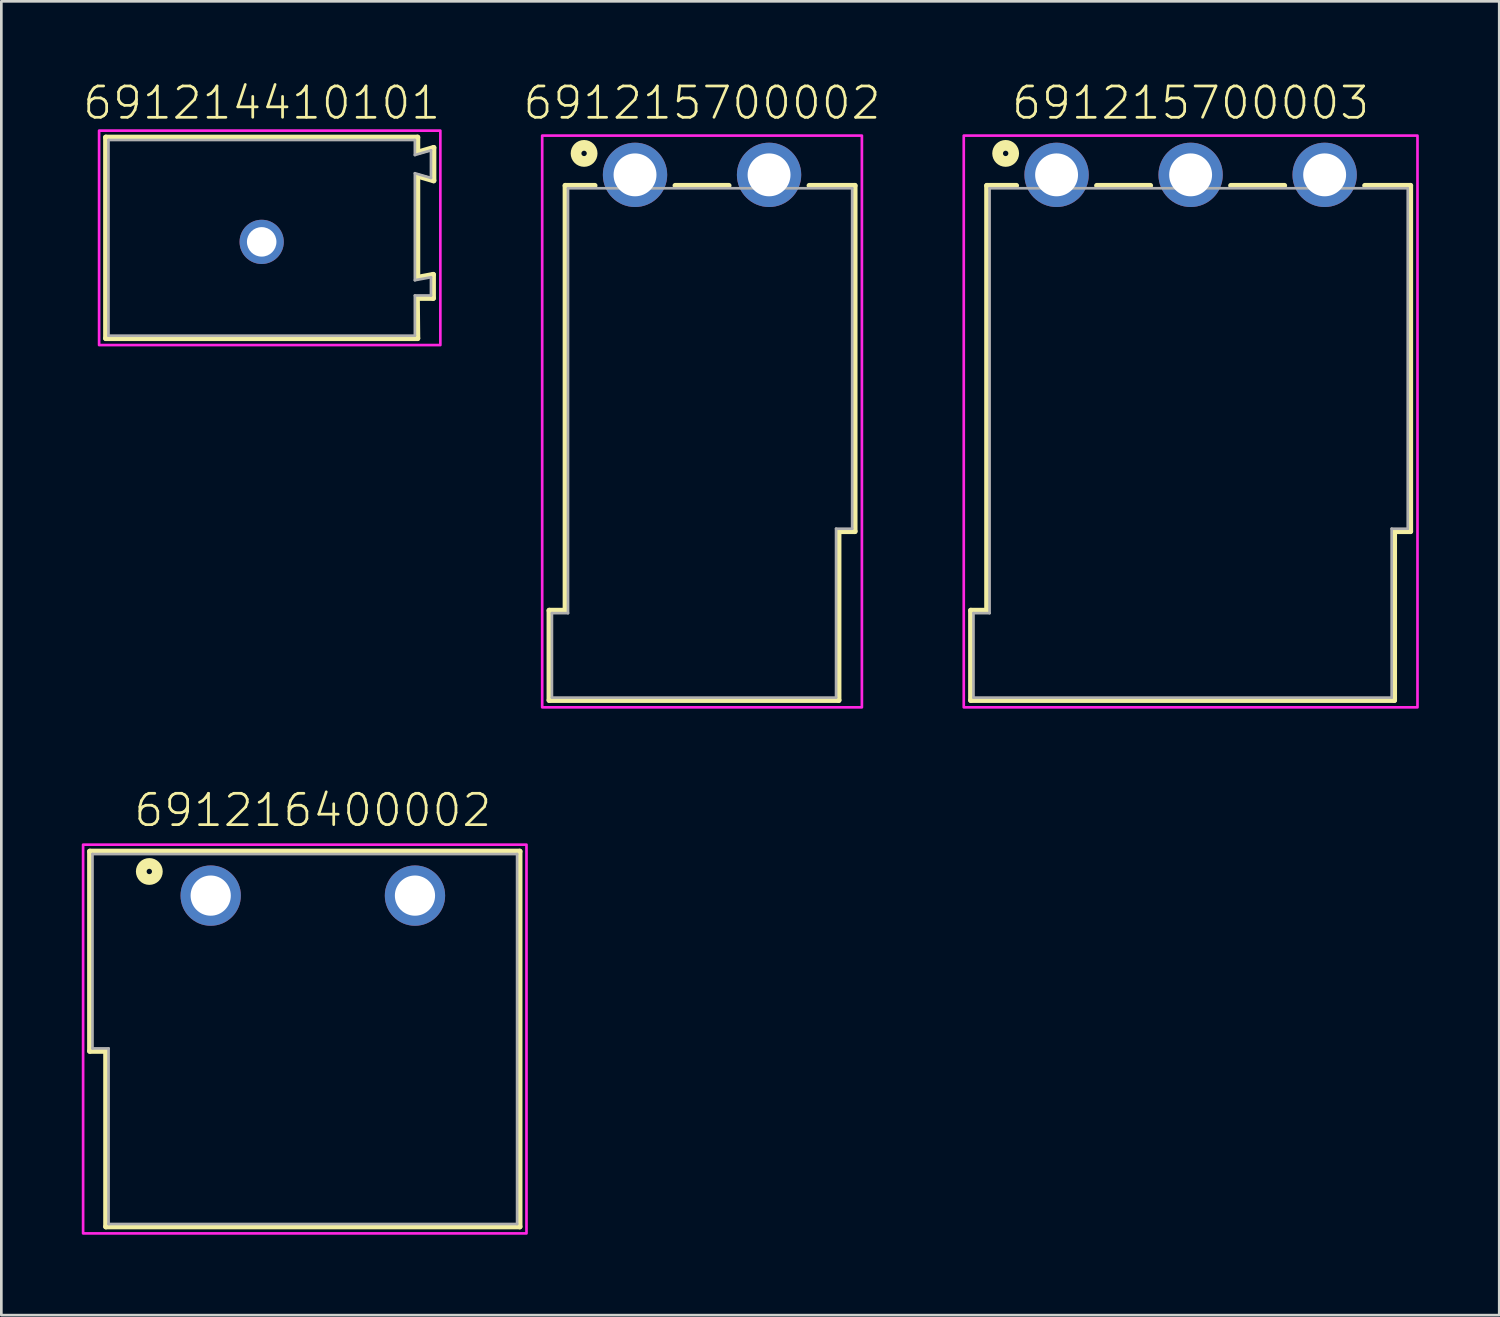
<source format=kicad_pcb>
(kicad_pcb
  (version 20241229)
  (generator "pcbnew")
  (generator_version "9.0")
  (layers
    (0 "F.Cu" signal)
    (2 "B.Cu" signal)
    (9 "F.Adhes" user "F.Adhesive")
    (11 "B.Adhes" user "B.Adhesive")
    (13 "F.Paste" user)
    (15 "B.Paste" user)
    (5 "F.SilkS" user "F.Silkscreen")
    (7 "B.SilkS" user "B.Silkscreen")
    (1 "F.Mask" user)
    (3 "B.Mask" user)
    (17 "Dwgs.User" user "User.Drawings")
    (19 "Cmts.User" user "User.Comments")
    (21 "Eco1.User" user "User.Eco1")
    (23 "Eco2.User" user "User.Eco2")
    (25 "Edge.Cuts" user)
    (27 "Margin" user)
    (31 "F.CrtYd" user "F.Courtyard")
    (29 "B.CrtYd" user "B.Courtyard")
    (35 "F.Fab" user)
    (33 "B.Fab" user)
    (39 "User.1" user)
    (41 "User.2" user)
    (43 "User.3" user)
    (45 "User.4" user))
  (footprint "691215700002"
    (layer "F.Cu")
    (at 23.139 3.473)
    (property "Reference" "691215700002" (at 0 -2 0) (unlocked yes) (layer "F.SilkS") (effects (font (size 1.168 1.168) (thickness 0.102)) (justify bottom)))
    (fp_line (start -5.7 16.25) (end -5.1 16.25) (stroke (width 0.2) (type solid)) (layer "F.SilkS"))
    (fp_line (start -5.7 19.6) (end -5.7 16.25) (stroke (width 0.2) (type solid)) (layer "F.SilkS"))
    (fp_line (start -5.1 0.4) (end -4 0.4) (stroke (width 0.2) (type solid)) (layer "F.SilkS"))
    (fp_line (start -5.1 16.25) (end -5.1 0.4) (stroke (width 0.2) (type solid)) (layer "F.SilkS"))
    (fp_line (start -1 0.4) (end 1 0.4) (stroke (width 0.2) (type solid)) (layer "F.SilkS"))
    (fp_line (start 4 0.4) (end 5.7 0.4) (stroke (width 0.2) (type solid)) (layer "F.SilkS"))
    (fp_line (start 5.1 13.3) (end 5.1 19.6) (stroke (width 0.2) (type solid)) (layer "F.SilkS"))
    (fp_line (start 5.1 19.6) (end -5.7 19.6) (stroke (width 0.2) (type solid)) (layer "F.SilkS"))
    (fp_line (start 5.7 0.4) (end 5.7 13.3) (stroke (width 0.2) (type solid)) (layer "F.SilkS"))
    (fp_line (start 5.7 13.3) (end 5.1 13.3) (stroke (width 0.2) (type solid)) (layer "F.SilkS"))
    (fp_circle (center -4.4 -0.8) (end -4.3 -0.8) (stroke (width 0.4) (type solid)) (fill no) (layer "F.SilkS"))
    (fp_poly (pts (xy 5.963 19.863) (xy -5.963 19.863) (xy -5.963 -1.464) (xy 5.963 -1.464)) (stroke (width 0.1) (type default)) (fill no) (layer "F.CrtYd"))
    (fp_line (start -5.6 16.35) (end -5 16.35) (stroke (width 0.1) (type solid)) (layer "F.Fab"))
    (fp_line (start -5.6 19.5) (end -5.6 16.35) (stroke (width 0.1) (type solid)) (layer "F.Fab"))
    (fp_line (start -5 0.5) (end -5 16.35) (stroke (width 0.1) (type solid)) (layer "F.Fab"))
    (fp_line (start -5 0.5) (end 5.6 0.5) (stroke (width 0.1) (type solid)) (layer "F.Fab"))
    (fp_line (start 5 13.2) (end 5 19.5) (stroke (width 0.1) (type solid)) (layer "F.Fab"))
    (fp_line (start 5 13.2) (end 5.6 13.2) (stroke (width 0.1) (type solid)) (layer "F.Fab"))
    (fp_line (start 5 19.5) (end -5.6 19.5) (stroke (width 0.1) (type solid)) (layer "F.Fab"))
    (fp_line (start 5.6 0.5) (end 5.6 13.2) (stroke (width 0.1) (type solid)) (layer "F.Fab"))
    (pad "1" thru_hole circle (at -2.5 0) (size 2.4 2.4) (drill 1.6) (layers "*.Cu" "*.Mask"))
    (pad "2" thru_hole circle (at 2.5 0) (size 2.4 2.4) (drill 1.6) (layers "*.Cu" "*.Mask")))
  (footprint "691216400002"
    (layer "F.Cu")
    (at 8.62 30.36)
    (property "Reference" "691216400002" (at 0 -2.5 0) (unlocked yes) (layer "F.SilkS") (effects (font (size 1.168 1.168) (thickness 0.102)) (justify bottom)))
    (fp_line (start -8.32 -1.65) (end 7.72 -1.65) (stroke (width 0.2) (type solid)) (layer "F.SilkS"))
    (fp_line (start -8.32 5.8) (end -8.32 -1.65) (stroke (width 0.2) (type solid)) (layer "F.SilkS"))
    (fp_line (start -7.72 5.8) (end -8.32 5.8) (stroke (width 0.2) (type solid)) (layer "F.SilkS"))
    (fp_line (start -7.72 12.35) (end -7.72 5.8) (stroke (width 0.2) (type solid)) (layer "F.SilkS"))
    (fp_line (start 7.72 -1.65) (end 7.72 12.35) (stroke (width 0.2) (type solid)) (layer "F.SilkS"))
    (fp_line (start 7.72 12.35) (end -7.72 12.35) (stroke (width 0.2) (type solid)) (layer "F.SilkS"))
    (fp_circle (center -6.1 -0.9) (end -6 -0.9) (stroke (width 0.4) (type solid)) (fill no) (layer "F.SilkS"))
    (fp_poly (pts (xy 7.97 12.6) (xy -8.57 12.6) (xy -8.57 -1.9) (xy 7.97 -1.9)) (stroke (width 0.1) (type default)) (fill no) (layer "F.CrtYd"))
    (fp_line (start -8.22 -1.55) (end -8.22 5.7) (stroke (width 0.1) (type solid)) (layer "F.Fab"))
    (fp_line (start -8.22 -1.55) (end 7.62 -1.55) (stroke (width 0.1) (type solid)) (layer "F.Fab"))
    (fp_line (start -8.22 5.7) (end -7.62 5.7) (stroke (width 0.1) (type solid)) (layer "F.Fab"))
    (fp_line (start -7.62 12.25) (end -7.62 5.7) (stroke (width 0.1) (type solid)) (layer "F.Fab"))
    (fp_line (start 7.62 -1.55) (end 7.62 12.25) (stroke (width 0.1) (type solid)) (layer "F.Fab"))
    (fp_line (start 7.62 12.25) (end -7.62 12.25) (stroke (width 0.1) (type solid)) (layer "F.Fab"))
    (pad "1" thru_hole circle (at -3.81 0) (size 2.25 2.25) (drill 1.5) (layers "*.Cu" "*.Mask"))
    (pad "2" thru_hole circle (at 3.81 0) (size 2.25 2.25) (drill 1.5) (layers "*.Cu" "*.Mask")))
  (footprint "691215700003"
    (layer "F.Cu")
    (at 41.365 3.473)
    (property "Reference" "691215700003" (at 0 -2 0) (unlocked yes) (layer "F.SilkS") (effects (font (size 1.168 1.168) (thickness 0.102)) (justify bottom)))
    (fp_line (start -8.2 16.25) (end -7.6 16.25) (stroke (width 0.2) (type solid)) (layer "F.SilkS"))
    (fp_line (start -8.2 19.6) (end -8.2 16.25) (stroke (width 0.2) (type solid)) (layer "F.SilkS"))
    (fp_line (start -7.6 0.4) (end -6.5 0.4) (stroke (width 0.2) (type solid)) (layer "F.SilkS"))
    (fp_line (start -7.6 16.25) (end -7.6 0.4) (stroke (width 0.2) (type solid)) (layer "F.SilkS"))
    (fp_line (start -3.5 0.4) (end -1.5 0.4) (stroke (width 0.2) (type solid)) (layer "F.SilkS"))
    (fp_line (start 1.5 0.4) (end 3.5 0.4) (stroke (width 0.2) (type solid)) (layer "F.SilkS"))
    (fp_line (start 6.5 0.4) (end 8.2 0.4) (stroke (width 0.2) (type solid)) (layer "F.SilkS"))
    (fp_line (start 7.6 13.3) (end 7.6 19.6) (stroke (width 0.2) (type solid)) (layer "F.SilkS"))
    (fp_line (start 7.6 19.6) (end -8.2 19.6) (stroke (width 0.2) (type solid)) (layer "F.SilkS"))
    (fp_line (start 8.2 0.4) (end 8.2 13.3) (stroke (width 0.2) (type solid)) (layer "F.SilkS"))
    (fp_line (start 8.2 13.3) (end 7.6 13.3) (stroke (width 0.2) (type solid)) (layer "F.SilkS"))
    (fp_circle (center -6.9 -0.8) (end -6.8 -0.8) (stroke (width 0.4) (type solid)) (fill no) (layer "F.SilkS"))
    (fp_poly (pts (xy 8.463 19.863) (xy -8.463 19.863) (xy -8.463 -1.464) (xy 8.463 -1.464)) (stroke (width 0.1) (type default)) (fill no) (layer "F.CrtYd"))
    (fp_line (start -8.1 16.35) (end -7.5 16.35) (stroke (width 0.1) (type solid)) (layer "F.Fab"))
    (fp_line (start -8.1 19.5) (end -8.1 16.35) (stroke (width 0.1) (type solid)) (layer "F.Fab"))
    (fp_line (start -7.5 0.5) (end -7.5 16.35) (stroke (width 0.1) (type solid)) (layer "F.Fab"))
    (fp_line (start -7.5 0.5) (end 8.1 0.5) (stroke (width 0.1) (type solid)) (layer "F.Fab"))
    (fp_line (start 7.5 13.2) (end 7.5 19.5) (stroke (width 0.1) (type solid)) (layer "F.Fab"))
    (fp_line (start 7.5 13.2) (end 8.1 13.2) (stroke (width 0.1) (type solid)) (layer "F.Fab"))
    (fp_line (start 7.5 19.5) (end -8.1 19.5) (stroke (width 0.1) (type solid)) (layer "F.Fab"))
    (fp_line (start 8.1 0.5) (end 8.1 13.2) (stroke (width 0.1) (type solid)) (layer "F.Fab"))
    (pad "1" thru_hole circle (at -5 0) (size 2.4 2.4) (drill 1.6) (layers "*.Cu" "*.Mask"))
    (pad "2" thru_hole circle (at 0 0) (size 2.4 2.4) (drill 1.6) (layers "*.Cu" "*.Mask"))
    (pad "3" thru_hole circle (at 5 0) (size 2.4 2.4) (drill 1.6) (layers "*.Cu" "*.Mask")))
  (footprint "691214410101"
    (layer "F.Cu")
    (at 6.712 5.973)
    (property "Reference" "691214410101" (at 0 -4.5 0) (unlocked yes) (layer "F.SilkS") (effects (font (size 1.168 1.168) (thickness 0.102)) (justify bottom)))
    (fp_line (start -5.815 -3.9) (end 5.815 -3.9) (stroke (width 0.2) (type solid)) (layer "F.SilkS"))
    (fp_line (start -5.815 3.6) (end -5.815 -3.9) (stroke (width 0.2) (type solid)) (layer "F.SilkS"))
    (fp_line (start 5.8 2.1) (end 5.815 3.6) (stroke (width 0.2) (type solid)) (layer "F.SilkS"))
    (fp_line (start 5.815 -3.9) (end 5.815 -3.34) (stroke (width 0.2) (type solid)) (layer "F.SilkS"))
    (fp_line (start 5.815 -3.34) (end 6.415 -3.515) (stroke (width 0.2) (type solid)) (layer "F.SilkS"))
    (fp_line (start 5.815 -2.46) (end 5.815 1.33) (stroke (width 0.2) (type solid)) (layer "F.SilkS"))
    (fp_line (start 5.815 1.33) (end 6.4 1.22) (stroke (width 0.2) (type solid)) (layer "F.SilkS"))
    (fp_line (start 5.815 3.6) (end -5.815 3.6) (stroke (width 0.2) (type solid)) (layer "F.SilkS"))
    (fp_line (start 6.4 1.22) (end 6.4 2.1) (stroke (width 0.2) (type solid)) (layer "F.SilkS"))
    (fp_line (start 6.4 2.1) (end 5.8 2.1) (stroke (width 0.2) (type solid)) (layer "F.SilkS"))
    (fp_line (start 6.415 -3.515) (end 6.415 -2.285) (stroke (width 0.2) (type solid)) (layer "F.SilkS"))
    (fp_line (start 6.415 -2.285) (end 5.815 -2.46) (stroke (width 0.2) (type solid)) (layer "F.SilkS"))
    (fp_poly (pts (xy 6.665 3.85) (xy -6.065 3.85) (xy -6.065 -4.15) (xy 6.665 -4.15)) (stroke (width 0.1) (type default)) (fill no) (layer "F.CrtYd"))
    (fp_line (start -5.715 -3.8) (end -5.715 3.5) (stroke (width 0.1) (type solid)) (layer "F.Fab"))
    (fp_line (start -5.715 3.5) (end 5.715 3.5) (stroke (width 0.1) (type solid)) (layer "F.Fab"))
    (fp_line (start 5.715 -3.8) (end -5.715 -3.8) (stroke (width 0.1) (type solid)) (layer "F.Fab"))
    (fp_line (start 5.715 -3.8) (end 5.715 -3.24) (stroke (width 0.1) (type solid)) (layer "F.Fab"))
    (fp_line (start 5.715 -3.24) (end 6.315 -3.415) (stroke (width 0.1) (type solid)) (layer "F.Fab"))
    (fp_line (start 5.715 -2.56) (end 5.715 1.43) (stroke (width 0.1) (type solid)) (layer "F.Fab"))
    (fp_line (start 5.715 -2.56) (end 6.315 -2.385) (stroke (width 0.1) (type solid)) (layer "F.Fab"))
    (fp_line (start 5.715 1.43) (end 6.315 1.32) (stroke (width 0.1) (type solid)) (layer "F.Fab"))
    (fp_line (start 5.715 2) (end 5.715 3.5) (stroke (width 0.1) (type solid)) (layer "F.Fab"))
    (fp_line (start 5.715 2) (end 6.315 2) (stroke (width 0.1) (type solid)) (layer "F.Fab"))
    (fp_line (start 6.315 -2.385) (end 6.315 -3.415) (stroke (width 0.1) (type solid)) (layer "F.Fab"))
    (fp_line (start 6.315 2) (end 6.315 1.32) (stroke (width 0.1) (type solid)) (layer "F.Fab"))
    (pad "1" thru_hole circle (at 0 0) (size 1.65 1.65) (drill 1.1) (layers "*.Cu" "*.Mask")))
  (gr_rect
    (start -3 -3)
    (end 52.878 46.01)
    (stroke (width 0.1) (type default))
    (fill no)
    (layer "Edge.Cuts")))
</source>
